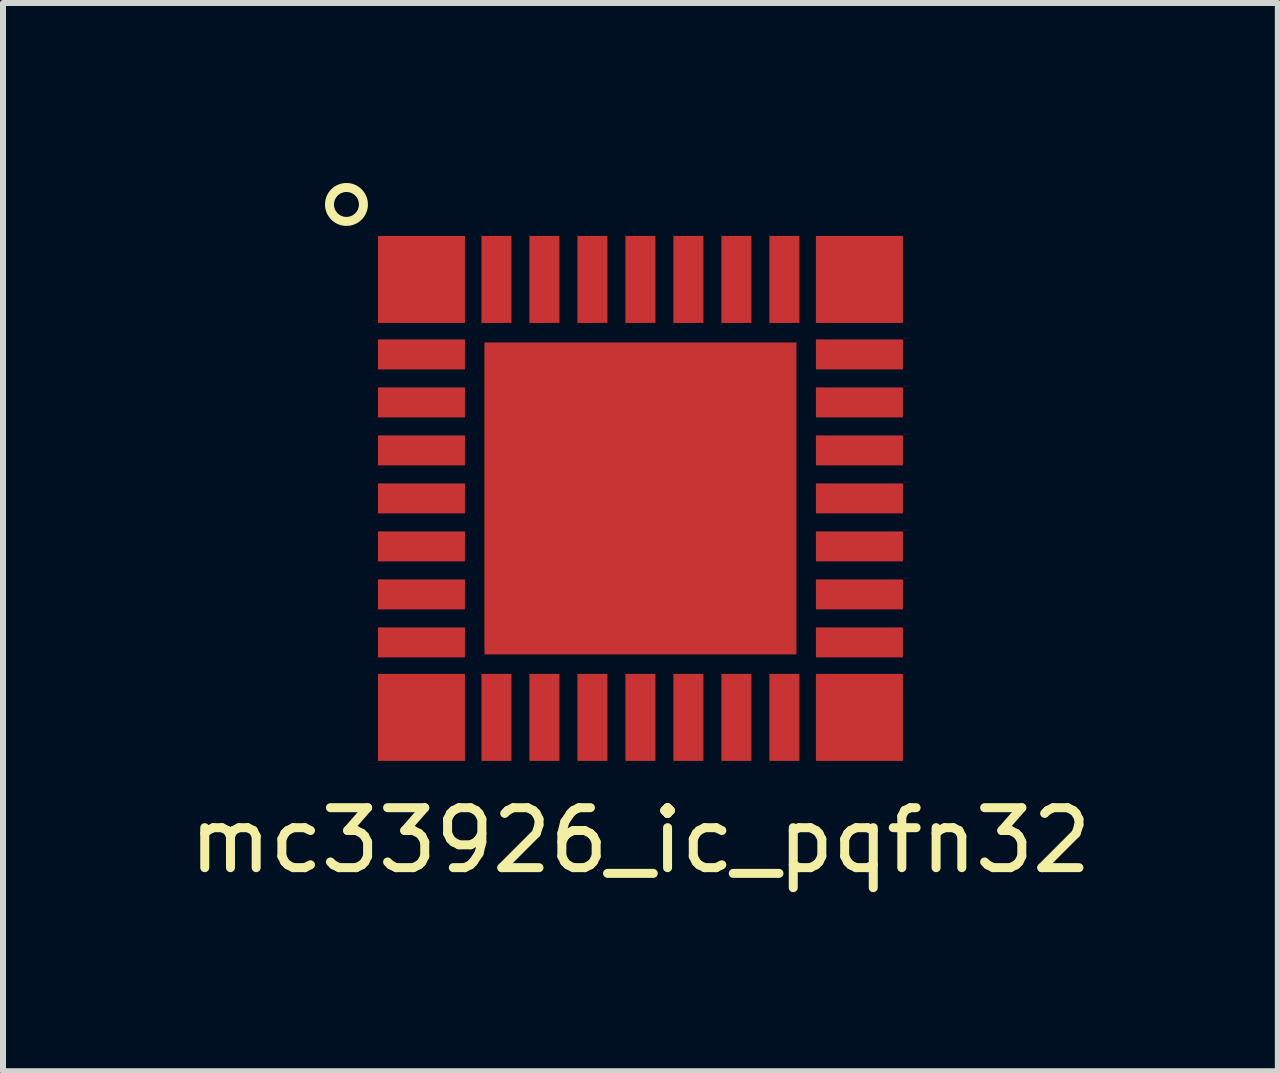
<source format=kicad_pcb>
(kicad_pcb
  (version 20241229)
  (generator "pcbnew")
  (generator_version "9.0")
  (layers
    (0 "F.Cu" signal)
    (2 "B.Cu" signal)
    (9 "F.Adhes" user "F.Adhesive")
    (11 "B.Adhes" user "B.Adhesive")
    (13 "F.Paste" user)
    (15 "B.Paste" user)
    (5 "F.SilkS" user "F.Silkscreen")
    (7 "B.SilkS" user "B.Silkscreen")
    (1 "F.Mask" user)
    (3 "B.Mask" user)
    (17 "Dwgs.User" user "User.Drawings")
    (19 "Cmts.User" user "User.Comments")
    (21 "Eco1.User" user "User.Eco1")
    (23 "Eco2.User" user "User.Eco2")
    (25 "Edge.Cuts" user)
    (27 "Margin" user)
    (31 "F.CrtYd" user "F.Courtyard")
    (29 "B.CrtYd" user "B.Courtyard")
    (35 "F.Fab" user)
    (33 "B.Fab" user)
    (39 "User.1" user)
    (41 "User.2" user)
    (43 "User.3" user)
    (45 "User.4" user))
  (footprint "mc33926_ic_pqfn32"
    (layer "F.Cu")
    (at 7.625 5.258)
    (property "Reference" "mc33926_ic_pqfn32" (at 0 5.7 0) (layer "F.SilkS") (effects (font (size 1 1) (thickness 0.15))))
    (attr through_hole)
    (fp_circle (center -4.9 -4.9) (end -4.7 -4.7) (stroke (width 0.15) (type solid)) (fill no) (layer "F.SilkS"))
    (pad "1" smd trapezoid (at -3.65 -3.65) (size 1.45 1.45) (layers "F.Cu" "F.Mask" "F.Paste"))
    (pad "2" smd rect (at -3.65 -2.4) (size 1.45 0.5) (layers "F.Cu" "F.Mask" "F.Paste"))
    (pad "3" smd rect (at -3.65 -1.6) (size 1.45 0.5) (layers "F.Cu" "F.Mask" "F.Paste"))
    (pad "4" smd rect (at -3.65 -0.8) (size 1.45 0.5) (layers "F.Cu" "F.Mask" "F.Paste"))
    (pad "5" smd rect (at -3.65 0) (size 1.45 0.5) (layers "F.Cu" "F.Mask" "F.Paste"))
    (pad "6" smd rect (at -3.65 0.8) (size 1.45 0.5) (layers "F.Cu" "F.Mask" "F.Paste"))
    (pad "7" smd rect (at -3.65 1.6) (size 1.45 0.5) (layers "F.Cu" "F.Mask" "F.Paste"))
    (pad "8" smd rect (at -3.65 2.4) (size 1.45 0.5) (layers "F.Cu" "F.Mask" "F.Paste"))
    (pad "9" smd rect (at -3.65 3.65) (size 1.45 1.45) (layers "F.Cu" "F.Mask" "F.Paste"))
    (pad "10" smd rect (at -2.4 3.65) (size 0.5 1.45) (layers "F.Cu" "F.Mask" "F.Paste"))
    (pad "11" smd rect (at -1.6 3.65) (size 0.5 1.45) (layers "F.Cu" "F.Mask" "F.Paste"))
    (pad "12" smd rect (at -0.8 3.65) (size 0.5 1.45) (layers "F.Cu" "F.Mask" "F.Paste"))
    (pad "13" smd rect (at 0 3.65) (size 0.5 1.45) (layers "F.Cu" "F.Mask" "F.Paste"))
    (pad "14" smd rect (at 0.8 3.65) (size 0.5 1.45) (layers "F.Cu" "F.Mask" "F.Paste"))
    (pad "15" smd rect (at 1.6 3.65) (size 0.5 1.45) (layers "F.Cu" "F.Mask" "F.Paste"))
    (pad "16" smd rect (at 2.4 3.65) (size 0.5 1.45) (layers "F.Cu" "F.Mask" "F.Paste"))
    (pad "17" smd rect (at 3.65 3.65) (size 1.45 1.45) (layers "F.Cu" "F.Mask" "F.Paste"))
    (pad "18" smd rect (at 3.65 2.4) (size 1.45 0.5) (layers "F.Cu" "F.Mask" "F.Paste"))
    (pad "19" smd rect (at 3.65 1.6) (size 1.45 0.5) (layers "F.Cu" "F.Mask" "F.Paste"))
    (pad "20" smd rect (at 3.65 0.8) (size 1.45 0.5) (layers "F.Cu" "F.Mask" "F.Paste"))
    (pad "21" smd rect (at 3.65 0) (size 1.45 0.5) (layers "F.Cu" "F.Mask" "F.Paste"))
    (pad "22" smd rect (at 3.65 -0.8) (size 1.45 0.5) (layers "F.Cu" "F.Mask" "F.Paste"))
    (pad "23" smd rect (at 3.65 -1.6) (size 1.45 0.5) (layers "F.Cu" "F.Mask" "F.Paste"))
    (pad "24" smd rect (at 3.65 -2.4) (size 1.45 0.5) (layers "F.Cu" "F.Mask" "F.Paste"))
    (pad "25" smd rect (at 3.65 -3.65) (size 1.45 1.45) (layers "F.Cu" "F.Mask" "F.Paste"))
    (pad "26" smd rect (at 2.4 -3.65) (size 0.5 1.45) (layers "F.Cu" "F.Mask" "F.Paste"))
    (pad "27" smd rect (at 1.6 -3.65) (size 0.5 1.45) (layers "F.Cu" "F.Mask" "F.Paste"))
    (pad "28" smd rect (at 0.8 -3.65) (size 0.5 1.45) (layers "F.Cu" "F.Mask" "F.Paste"))
    (pad "29" smd rect (at 0 -3.65) (size 0.5 1.45) (layers "F.Cu" "F.Mask" "F.Paste"))
    (pad "30" smd rect (at -0.8 -3.65) (size 0.5 1.45) (layers "F.Cu" "F.Mask" "F.Paste"))
    (pad "31" smd rect (at -1.6 -3.65) (size 0.5 1.45) (layers "F.Cu" "F.Mask" "F.Paste"))
    (pad "32" smd rect (at -2.4 -3.65) (size 0.5 1.45) (layers "F.Cu" "F.Mask" "F.Paste"))
    (pad "33" smd rect (at 0 0) (size 5.2 5.2) (layers "F.Cu" "F.Mask" "F.Paste")))
  (gr_rect
    (start -3 -3)
    (end 18.25 14.806)
    (stroke (width 0.1) (type default))
    (fill no)
    (layer "Edge.Cuts")))
</source>
